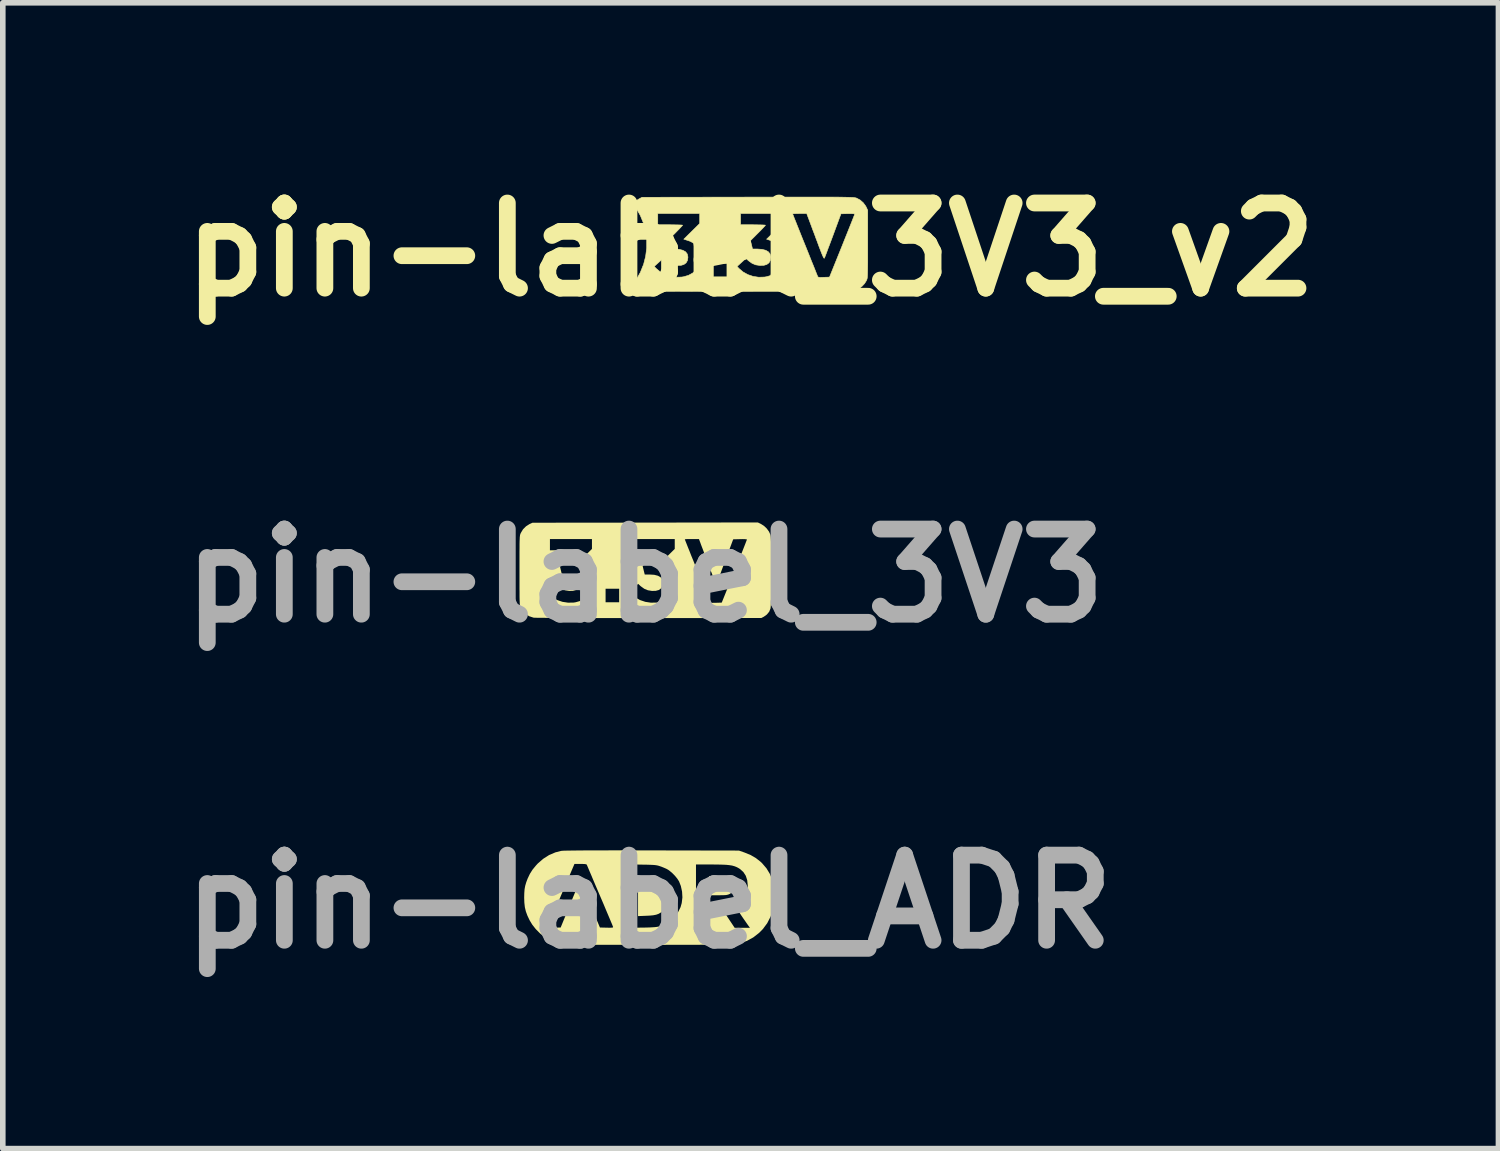
<source format=kicad_pcb>
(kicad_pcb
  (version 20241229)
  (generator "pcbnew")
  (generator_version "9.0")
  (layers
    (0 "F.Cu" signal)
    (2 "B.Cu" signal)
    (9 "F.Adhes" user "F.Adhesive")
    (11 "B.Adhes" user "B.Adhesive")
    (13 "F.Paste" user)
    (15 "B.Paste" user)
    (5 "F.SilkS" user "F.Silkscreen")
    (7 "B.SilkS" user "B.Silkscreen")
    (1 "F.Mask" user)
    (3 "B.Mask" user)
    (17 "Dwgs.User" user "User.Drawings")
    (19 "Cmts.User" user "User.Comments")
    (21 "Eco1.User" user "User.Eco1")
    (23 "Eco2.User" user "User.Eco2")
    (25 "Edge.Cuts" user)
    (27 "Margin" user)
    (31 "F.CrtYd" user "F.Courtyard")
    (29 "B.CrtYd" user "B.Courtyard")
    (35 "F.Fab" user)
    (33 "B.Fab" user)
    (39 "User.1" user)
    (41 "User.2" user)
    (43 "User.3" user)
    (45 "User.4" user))
  (footprint "pin-label_3V3_v2"
    (layer "F.Cu")
    (at 10.385 1.418)
    (property "Reference" "pin-label_3V3_v2" (at 0 0 0) (layer "F.SilkS") (effects (font (size 1.524 1.524) (thickness 0.3))))
    (attr through_hole)
    (fp_poly (pts (xy 1.2 -0.941) (xy 1.313 -0.941) (xy 1.413 -0.941) (xy 1.499 -0.94) (xy 1.574 -0.94) (xy 1.638 -0.939) (xy 1.692 -0.938) (xy 1.737 -0.937) (xy 1.775 -0.936) (xy 1.805 -0.935) (xy 1.829 -0.934) (xy 1.848 -0.932) (xy 1.863 -0.93) (xy 1.874 -0.928) (xy 1.883 -0.926) (xy 1.891 -0.924) (xy 1.898 -0.921) (xy 1.96 -0.888) (xy 2.016 -0.839) (xy 2.06 -0.779) (xy 2.071 -0.758) (xy 2.096 -0.704) (xy 2.096 -0.101) (xy 2.096 0.028) (xy 2.096 0.137) (xy 2.096 0.228) (xy 2.095 0.304) (xy 2.094 0.365) (xy 2.093 0.414) (xy 2.092 0.452) (xy 2.09 0.481) (xy 2.088 0.503) (xy 2.085 0.52) (xy 2.081 0.533) (xy 2.077 0.544) (xy 2.074 0.551) (xy 2.04 0.607) (xy 1.991 0.659) (xy 1.935 0.702) (xy 1.895 0.723) (xy 1.837 0.746) (xy -0.005 0.748) (xy -0.202 0.748) (xy -0.393 0.748) (xy -0.578 0.748) (xy -0.756 0.748) (xy -0.925 0.748) (xy -1.084 0.747) (xy -1.232 0.747) (xy -1.368 0.746) (xy -1.491 0.746) (xy -1.6 0.745) (xy -1.694 0.745) (xy -1.771 0.744) (xy -1.831 0.743) (xy -1.872 0.742) (xy -1.894 0.741) (xy -1.896 0.741) (xy -1.962 0.722) (xy -2.025 0.69) (xy -2.071 0.655) (xy -2.104 0.624) (xy -2.048 0.539) (xy -1.973 0.406) (xy -1.931 0.301) (xy -1.726 0.301) (xy -1.691 0.337) (xy -1.618 0.399) (xy -1.533 0.447) (xy -1.438 0.479) (xy -1.338 0.494) (xy -1.236 0.491) (xy -1.201 0.486) (xy -1.112 0.46) (xy -1.037 0.419) (xy -0.975 0.365) (xy -0.93 0.297) (xy -0.91 0.244) (xy -0.667 0.244) (xy -0.667 0.487) (xy -0.424 0.487) (xy -0.424 0.301) (xy -0.243 0.301) (xy -0.209 0.337) (xy -0.136 0.399) (xy -0.05 0.447) (xy 0.044 0.479) (xy 0.144 0.494) (xy 0.246 0.491) (xy 0.281 0.486) (xy 0.37 0.46) (xy 0.446 0.419) (xy 0.507 0.365) (xy 0.552 0.297) (xy 0.581 0.218) (xy 0.589 0.166) (xy 0.588 0.083) (xy 0.568 0.008) (xy 0.529 -0.056) (xy 0.474 -0.109) (xy 0.402 -0.149) (xy 0.366 -0.161) (xy 0.286 -0.187) (xy 0.572 -0.468) (xy 0.572 -0.64) (xy 0.752 -0.64) (xy 0.756 -0.629) (xy 0.767 -0.601) (xy 0.784 -0.557) (xy 0.808 -0.498) (xy 0.836 -0.427) (xy 0.869 -0.345) (xy 0.905 -0.254) (xy 0.944 -0.157) (xy 0.969 -0.096) (xy 1.01 0.006) (xy 1.049 0.103) (xy 1.084 0.192) (xy 1.117 0.272) (xy 1.145 0.342) (xy 1.167 0.398) (xy 1.184 0.44) (xy 1.194 0.465) (xy 1.196 0.47) (xy 1.202 0.483) (xy 1.209 0.491) (xy 1.224 0.495) (xy 1.249 0.497) (xy 1.289 0.496) (xy 1.31 0.495) (xy 1.412 0.492) (xy 1.638 -0.068) (xy 1.679 -0.171) (xy 1.718 -0.268) (xy 1.754 -0.358) (xy 1.786 -0.438) (xy 1.814 -0.508) (xy 1.836 -0.564) (xy 1.852 -0.605) (xy 1.861 -0.63) (xy 1.863 -0.637) (xy 1.854 -0.641) (xy 1.827 -0.643) (xy 1.787 -0.644) (xy 1.74 -0.644) (xy 1.617 -0.641) (xy 1.476 -0.259) (xy 1.444 -0.173) (xy 1.414 -0.093) (xy 1.386 -0.02) (xy 1.363 0.043) (xy 1.344 0.093) (xy 1.33 0.129) (xy 1.323 0.147) (xy 1.322 0.148) (xy 1.319 0.154) (xy 1.314 0.153) (xy 1.308 0.146) (xy 1.299 0.129) (xy 1.286 0.101) (xy 1.27 0.062) (xy 1.249 0.008) (xy 1.222 -0.062) (xy 1.19 -0.15) (xy 1.174 -0.191) (xy 1.143 -0.276) (xy 1.112 -0.356) (xy 1.085 -0.43) (xy 1.061 -0.494) (xy 1.042 -0.545) (xy 1.028 -0.582) (xy 1.021 -0.601) (xy 1.004 -0.646) (xy 0.878 -0.646) (xy 0.829 -0.645) (xy 0.789 -0.644) (xy 0.762 -0.642) (xy 0.752 -0.64) (xy 0.752 -0.64) (xy 0.572 -0.64) (xy 0.572 -0.646) (xy -0.18 -0.646) (xy -0.18 -0.445) (xy 0.042 -0.445) (xy 0.108 -0.444) (xy 0.167 -0.443) (xy 0.214 -0.442) (xy 0.247 -0.44) (xy 0.264 -0.438) (xy 0.265 -0.437) (xy 0.258 -0.427) (xy 0.238 -0.405) (xy 0.208 -0.373) (xy 0.17 -0.334) (xy 0.131 -0.295) (xy -0.003 -0.161) (xy 0.016 -0.086) (xy 0.034 -0.011) (xy 0.121 -0.011) (xy 0.205 -0.005) (xy 0.271 0.012) (xy 0.318 0.039) (xy 0.348 0.078) (xy 0.36 0.128) (xy 0.36 0.136) (xy 0.352 0.193) (xy 0.328 0.237) (xy 0.288 0.266) (xy 0.232 0.282) (xy 0.164 0.283) (xy 0.09 0.272) (xy 0.026 0.245) (xy -0.036 0.2) (xy -0.043 0.194) (xy -0.084 0.157) (xy -0.164 0.229) (xy -0.243 0.301) (xy -0.424 0.301) (xy -0.424 0.244) (xy -0.667 0.244) (xy -0.91 0.244) (xy -0.901 0.218) (xy -0.893 0.166) (xy -0.894 0.083) (xy -0.915 0.008) (xy -0.953 -0.056) (xy -1.009 -0.109) (xy -1.081 -0.149) (xy -1.116 -0.161) (xy -1.196 -0.187) (xy -1.054 -0.327) (xy -0.911 -0.468) (xy -0.911 -0.646) (xy -1.662 -0.646) (xy -1.662 -0.445) (xy -1.44 -0.445) (xy -1.374 -0.444) (xy -1.316 -0.443) (xy -1.268 -0.442) (xy -1.235 -0.44) (xy -1.219 -0.438) (xy -1.218 -0.437) (xy -1.225 -0.427) (xy -1.245 -0.405) (xy -1.275 -0.373) (xy -1.313 -0.334) (xy -1.351 -0.295) (xy -1.485 -0.161) (xy -1.467 -0.086) (xy -1.448 -0.011) (xy -1.361 -0.011) (xy -1.277 -0.005) (xy -1.212 0.012) (xy -1.164 0.039) (xy -1.134 0.078) (xy -1.123 0.128) (xy -1.122 0.136) (xy -1.13 0.193) (xy -1.155 0.237) (xy -1.195 0.266) (xy -1.25 0.282) (xy -1.318 0.283) (xy -1.392 0.272) (xy -1.457 0.245) (xy -1.518 0.2) (xy -1.525 0.194) (xy -1.566 0.157) (xy -1.646 0.229) (xy -1.726 0.301) (xy -1.931 0.301) (xy -1.916 0.265) (xy -1.879 0.12) (xy -1.86 -0.029) (xy -1.86 -0.178) (xy -1.879 -0.326) (xy -1.917 -0.471) (xy -1.974 -0.611) (xy -2.05 -0.743) (xy -2.058 -0.754) (xy -2.105 -0.823) (xy -2.072 -0.855) (xy -2.041 -0.88) (xy -2.003 -0.905) (xy -1.99 -0.912) (xy -1.943 -0.937) (xy -0.051 -0.94) (xy 0.184 -0.94) (xy 0.398 -0.94) (xy 0.594 -0.941) (xy 0.77 -0.941) (xy 0.93 -0.941) (xy 1.073 -0.941) (xy 1.2 -0.941)) (stroke (width 0.01) (type solid)) (fill yes) (layer "F.SilkS")))
  (footprint "pin-label_ADR"
    (layer "F.Cu")
    (at 8.571 13.09)
    (property "Reference" "pin-label_ADR" (at 0 0 0) (layer "F.Fab") (effects (font (size 1.524 1.524) (thickness 0.3))))
    (attr through_hole)
    (fp_poly (pts (xy 1.236 -0.454) (xy 1.302 -0.452) (xy 1.351 -0.449) (xy 1.387 -0.446) (xy 1.413 -0.441) (xy 1.434 -0.434) (xy 1.445 -0.429) (xy 1.489 -0.396) (xy 1.517 -0.35) (xy 1.527 -0.292) (xy 1.527 -0.286) (xy 1.519 -0.227) (xy 1.493 -0.181) (xy 1.45 -0.146) (xy 1.44 -0.14) (xy 1.42 -0.131) (xy 1.4 -0.125) (xy 1.375 -0.12) (xy 1.341 -0.118) (xy 1.295 -0.117) (xy 1.232 -0.116) (xy 1.069 -0.116) (xy 1.069 -0.457) (xy 1.236 -0.454)) (stroke (width 0) (type solid)) (fill yes) (layer "F.SilkS"))
    (fp_poly (pts (xy -0.056 -0.453) (xy 0.023 -0.449) (xy 0.085 -0.442) (xy 0.134 -0.431) (xy 0.174 -0.414) (xy 0.21 -0.391) (xy 0.246 -0.359) (xy 0.25 -0.355) (xy 0.297 -0.3) (xy 0.327 -0.241) (xy 0.344 -0.175) (xy 0.348 -0.096) (xy 0.347 -0.079) (xy 0.338 -0.000367) (xy 0.318 0.064) (xy 0.284 0.12) (xy 0.238 0.167) (xy 0.202 0.196) (xy 0.165 0.217) (xy 0.123 0.232) (xy 0.072 0.242) (xy 0.008 0.248) (xy -0.056 0.251) (xy -0.201 0.257) (xy -0.201 -0.458) (xy -0.056 -0.453)) (stroke (width 0) (type solid)) (fill yes) (layer "F.SilkS"))
    (fp_poly (pts (xy -1.228 -0.378) (xy -1.216 -0.351) (xy -1.2 -0.312) (xy -1.18 -0.265) (xy -1.159 -0.212) (xy -1.138 -0.159) (xy -1.118 -0.109) (xy -1.101 -0.065) (xy -1.088 -0.032) (xy -1.081 -0.012) (xy -1.08 -0.009) (xy -1.09 -0.006) (xy -1.117 -0.003) (xy -1.159 -0.001) (xy -1.21 -0.000149) (xy -1.239 0) (xy -1.398 0) (xy -1.384 -0.034) (xy -1.343 -0.132) (xy -1.311 -0.211) (xy -1.284 -0.274) (xy -1.264 -0.322) (xy -1.25 -0.355) (xy -1.24 -0.377) (xy -1.235 -0.388) (xy -1.233 -0.389) (xy -1.228 -0.378)) (stroke (width 0) (type solid)) (fill yes) (layer "F.SilkS"))
    (fp_poly (pts (xy -0.485 -0.92) (xy -0.277 -0.919) (xy -0.048 -0.919) (xy 0.048 -0.919) (xy 1.604 -0.916) (xy 1.705 -0.881) (xy 1.815 -0.836) (xy 1.909 -0.781) (xy 1.993 -0.715) (xy 2.02 -0.689) (xy 2.098 -0.598) (xy 2.158 -0.499) (xy 2.199 -0.397) (xy 2.21 -0.363) (xy 2.218 -0.331) (xy 2.223 -0.298) (xy 2.227 -0.257) (xy 2.229 -0.205) (xy 2.231 -0.137) (xy 2.232 -0.131) (xy 2.233 -0.061) (xy 2.233 -0.007) (xy 2.231 0.035) (xy 2.228 0.071) (xy 2.222 0.104) (xy 2.214 0.139) (xy 2.171 0.267) (xy 2.111 0.384) (xy 2.033 0.489) (xy 1.966 0.557) (xy 1.862 0.638) (xy 1.749 0.7) (xy 1.627 0.742) (xy 1.531 0.762) (xy 1.51 0.763) (xy 1.47 0.764) (xy 1.412 0.765) (xy 1.338 0.766) (xy 1.248 0.767) (xy 1.144 0.768) (xy 1.029 0.769) (xy 0.903 0.77) (xy 0.767 0.77) (xy 0.624 0.771) (xy 0.475 0.771) (xy 0.322 0.771) (xy 0.165 0.772) (xy 0.007 0.772) (xy -0.152 0.772) (xy -0.309 0.772) (xy -0.463 0.771) (xy -0.613 0.771) (xy -0.757 0.771) (xy -0.893 0.77) (xy -1.021 0.77) (xy -1.138 0.769) (xy -1.244 0.768) (xy -1.335 0.767) (xy -1.412 0.766) (xy -1.473 0.765) (xy -1.516 0.764) (xy -1.539 0.763) (xy -1.541 0.762) (xy -1.66 0.735) (xy -1.781 0.687) (xy -1.805 0.675) (xy -1.882 0.627) (xy -1.959 0.563) (xy -2.032 0.489) (xy -2.049 0.468) (xy -0.434 0.468) (xy -0.311 0.466) (xy 0.836 0.466) (xy 1.069 0.466) (xy 1.069 0.095) (xy 1.281 0.095) (xy 1.405 0.281) (xy 1.528 0.466) (xy 1.802 0.466) (xy 1.765 0.416) (xy 1.742 0.383) (xy 1.713 0.341) (xy 1.68 0.294) (xy 1.646 0.244) (xy 1.613 0.194) (xy 1.582 0.148) (xy 1.555 0.109) (xy 1.536 0.079) (xy 1.526 0.063) (xy 1.525 0.06) (xy 1.533 0.053) (xy 1.555 0.038) (xy 1.581 0.023) (xy 1.653 -0.028) (xy 1.706 -0.09) (xy 1.742 -0.164) (xy 1.76 -0.249) (xy 1.762 -0.296) (xy 1.753 -0.387) (xy 1.727 -0.466) (xy 1.684 -0.532) (xy 1.624 -0.586) (xy 1.59 -0.607) (xy 1.556 -0.624) (xy 1.521 -0.637) (xy 1.481 -0.648) (xy 1.435 -0.655) (xy 1.379 -0.661) (xy 1.311 -0.664) (xy 1.227 -0.666) (xy 1.125 -0.667) (xy 1.114 -0.667) (xy 0.836 -0.667) (xy 0.836 0.466) (xy -0.311 0.466) (xy -0.156 0.463) (xy -0.067 0.462) (xy 0.004 0.46) (xy 0.06 0.457) (xy 0.103 0.454) (xy 0.136 0.45) (xy 0.162 0.445) (xy 0.18 0.44) (xy 0.284 0.397) (xy 0.375 0.34) (xy 0.453 0.269) (xy 0.515 0.188) (xy 0.56 0.097) (xy 0.581 0.023) (xy 0.593 -0.078) (xy 0.587 -0.182) (xy 0.565 -0.282) (xy 0.533 -0.364) (xy 0.503 -0.411) (xy 0.461 -0.463) (xy 0.412 -0.513) (xy 0.362 -0.555) (xy 0.34 -0.571) (xy 0.306 -0.59) (xy 0.26 -0.61) (xy 0.213 -0.629) (xy 0.206 -0.631) (xy 0.18 -0.64) (xy 0.157 -0.647) (xy 0.133 -0.652) (xy 0.105 -0.656) (xy 0.071 -0.659) (xy 0.027 -0.661) (xy -0.03 -0.663) (xy -0.103 -0.664) (xy -0.156 -0.665) (xy -0.434 -0.669) (xy -0.434 0.468) (xy -2.049 0.468) (xy -2.058 0.456) (xy -1.819 0.456) (xy -1.811 0.461) (xy -1.782 0.464) (xy -1.734 0.464) (xy -1.705 0.464) (xy -1.586 0.461) (xy -1.486 0.217) (xy -0.988 0.211) (xy -0.936 0.336) (xy -0.883 0.461) (xy -0.763 0.464) (xy -0.711 0.465) (xy -0.677 0.464) (xy -0.658 0.462) (xy -0.649 0.458) (xy -0.648 0.451) (xy -0.649 0.448) (xy -0.654 0.435) (xy -0.666 0.404) (xy -0.686 0.357) (xy -0.711 0.297) (xy -0.742 0.224) (xy -0.777 0.141) (xy -0.815 0.05) (xy -0.857 -0.048) (xy -0.884 -0.111) (xy -0.927 -0.212) (xy -0.968 -0.308) (xy -1.005 -0.395) (xy -1.038 -0.474) (xy -1.067 -0.541) (xy -1.09 -0.596) (xy -1.107 -0.636) (xy -1.117 -0.659) (xy -1.119 -0.664) (xy -1.13 -0.671) (xy -1.156 -0.675) (xy -1.201 -0.677) (xy -1.232 -0.677) (xy -1.339 -0.677) (xy -1.578 -0.116) (xy -1.621 -0.013) (xy -1.662 0.084) (xy -1.701 0.174) (xy -1.735 0.254) (xy -1.764 0.324) (xy -1.788 0.38) (xy -1.806 0.422) (xy -1.816 0.448) (xy -1.819 0.456) (xy -2.058 0.456) (xy -2.095 0.409) (xy -2.141 0.333) (xy -2.181 0.249) (xy -2.209 0.173) (xy -2.227 0.097) (xy -2.236 0.015) (xy -2.239 -0.074) (xy -2.237 -0.156) (xy -2.232 -0.223) (xy -2.221 -0.284) (xy -2.203 -0.346) (xy -2.177 -0.415) (xy -2.137 -0.499) (xy -2.089 -0.575) (xy -2.028 -0.649) (xy -1.996 -0.684) (xy -1.898 -0.769) (xy -1.793 -0.836) (xy -1.68 -0.884) (xy -1.578 -0.91) (xy -1.559 -0.912) (xy -1.527 -0.914) (xy -1.479 -0.915) (xy -1.415 -0.916) (xy -1.335 -0.917) (xy -1.238 -0.918) (xy -1.125 -0.919) (xy -0.993 -0.919) (xy -0.843 -0.919) (xy -0.674 -0.92) (xy -0.485 -0.92)) (stroke (width 0) (type solid)) (fill yes) (layer "F.SilkS")))
  (footprint "pin-label_3V3"
    (layer "F.Cu")
    (at 8.498 7.254)
    (property "Reference" "pin-label_3V3" (at 0 0 0) (layer "F.Fab") (effects (font (size 1.524 1.524) (thickness 0.3))))
    (attr through_hole)
    (fp_poly (pts (xy 2.072 -0.926) (xy 2.127 -0.891) (xy 2.177 -0.843) (xy 2.216 -0.789) (xy 2.239 -0.738) (xy 2.243 -0.724) (xy 2.246 -0.704) (xy 2.248 -0.679) (xy 2.25 -0.645) (xy 2.252 -0.601) (xy 2.253 -0.545) (xy 2.254 -0.477) (xy 2.255 -0.393) (xy 2.255 -0.293) (xy 2.255 -0.174) (xy 2.255 -0.078) (xy 2.255 0.077) (xy 2.254 0.212) (xy 2.253 0.326) (xy 2.252 0.42) (xy 2.25 0.493) (xy 2.247 0.546) (xy 2.244 0.577) (xy 2.244 0.583) (xy 2.22 0.644) (xy 2.178 0.695) (xy 2.124 0.734) (xy 2.08 0.757) (xy 0.064 0.759) (xy -0.142 0.759) (xy -0.343 0.759) (xy -0.537 0.759) (xy -0.723 0.758) (xy -0.902 0.758) (xy -1.07 0.758) (xy -1.228 0.758) (xy -1.375 0.757) (xy -1.508 0.756) (xy -1.628 0.756) (xy -1.733 0.755) (xy -1.822 0.754) (xy -1.895 0.754) (xy -1.949 0.753) (xy -1.984 0.752) (xy -1.999 0.751) (xy -2.078 0.725) (xy -2.145 0.683) (xy -2.198 0.624) (xy -2.228 0.572) (xy -2.232 0.562) (xy -2.236 0.551) (xy -2.24 0.537) (xy -2.242 0.52) (xy -2.245 0.497) (xy -2.246 0.467) (xy -2.248 0.427) (xy -2.249 0.377) (xy -2.249 0.314) (xy -2.249 0.29) (xy -1.768 0.29) (xy -1.734 0.327) (xy -1.661 0.388) (xy -1.575 0.436) (xy -1.48 0.468) (xy -1.38 0.483) (xy -1.279 0.481) (xy -1.243 0.475) (xy -1.155 0.45) (xy -1.079 0.409) (xy -1.018 0.354) (xy -0.972 0.286) (xy -0.953 0.233) (xy -0.709 0.233) (xy -0.709 0.476) (xy -0.466 0.476) (xy -0.466 0.29) (xy -0.286 0.29) (xy -0.251 0.327) (xy -0.178 0.388) (xy -0.093 0.436) (xy 0.002 0.468) (xy 0.102 0.483) (xy 0.204 0.481) (xy 0.239 0.475) (xy 0.328 0.45) (xy 0.403 0.409) (xy 0.465 0.354) (xy 0.51 0.286) (xy 0.539 0.208) (xy 0.547 0.156) (xy 0.545 0.072) (xy 0.525 -0.002) (xy 0.487 -0.066) (xy 0.431 -0.119) (xy 0.359 -0.159) (xy 0.324 -0.172) (xy 0.243 -0.197) (xy 0.386 -0.338) (xy 0.529 -0.479) (xy 0.529 -0.651) (xy 0.709 -0.651) (xy 0.713 -0.64) (xy 0.724 -0.612) (xy 0.742 -0.567) (xy 0.765 -0.508) (xy 0.794 -0.437) (xy 0.826 -0.355) (xy 0.863 -0.265) (xy 0.902 -0.167) (xy 0.926 -0.106) (xy 0.967 -0.005) (xy 1.006 0.092) (xy 1.042 0.181) (xy 1.074 0.262) (xy 1.102 0.331) (xy 1.125 0.387) (xy 1.142 0.429) (xy 1.151 0.454) (xy 1.154 0.46) (xy 1.159 0.473) (xy 1.167 0.481) (xy 1.181 0.485) (xy 1.207 0.486) (xy 1.247 0.485) (xy 1.267 0.485) (xy 1.37 0.482) (xy 1.596 -0.078) (xy 1.637 -0.182) (xy 1.676 -0.279) (xy 1.712 -0.369) (xy 1.744 -0.449) (xy 1.771 -0.518) (xy 1.793 -0.574) (xy 1.809 -0.616) (xy 1.819 -0.641) (xy 1.821 -0.648) (xy 1.811 -0.651) (xy 1.784 -0.654) (xy 1.745 -0.655) (xy 1.698 -0.654) (xy 1.575 -0.651) (xy 1.433 -0.27) (xy 1.401 -0.184) (xy 1.371 -0.103) (xy 1.344 -0.03) (xy 1.32 0.032) (xy 1.301 0.083) (xy 1.288 0.118) (xy 1.281 0.137) (xy 1.28 0.138) (xy 1.276 0.143) (xy 1.272 0.143) (xy 1.265 0.135) (xy 1.256 0.118) (xy 1.244 0.091) (xy 1.228 0.051) (xy 1.207 -0.003) (xy 1.18 -0.073) (xy 1.147 -0.16) (xy 1.132 -0.201) (xy 1.1 -0.286) (xy 1.07 -0.367) (xy 1.043 -0.441) (xy 1.019 -0.504) (xy 0.999 -0.556) (xy 0.986 -0.593) (xy 0.979 -0.611) (xy 0.962 -0.656) (xy 0.836 -0.656) (xy 0.787 -0.656) (xy 0.747 -0.655) (xy 0.719 -0.653) (xy 0.709 -0.651) (xy 0.709 -0.651) (xy 0.529 -0.651) (xy 0.529 -0.656) (xy -0.222 -0.656) (xy -0.222 -0.455) (xy 0 -0.455) (xy 0.066 -0.455) (xy 0.124 -0.454) (xy 0.172 -0.452) (xy 0.205 -0.45) (xy 0.221 -0.448) (xy 0.222 -0.447) (xy 0.215 -0.438) (xy 0.195 -0.416) (xy 0.165 -0.384) (xy 0.127 -0.345) (xy 0.089 -0.306) (xy -0.045 -0.172) (xy -0.027 -0.096) (xy -0.008 -0.021) (xy 0.079 -0.021) (xy 0.162 -0.016) (xy 0.228 0.001) (xy 0.276 0.029) (xy 0.306 0.067) (xy 0.317 0.117) (xy 0.318 0.125) (xy 0.309 0.183) (xy 0.285 0.226) (xy 0.245 0.256) (xy 0.19 0.271) (xy 0.122 0.273) (xy 0.048 0.261) (xy -0.017 0.234) (xy -0.078 0.19) (xy -0.085 0.184) (xy -0.126 0.146) (xy -0.286 0.29) (xy -0.466 0.29) (xy -0.466 0.233) (xy -0.709 0.233) (xy -0.953 0.233) (xy -0.944 0.208) (xy -0.935 0.156) (xy -0.937 0.072) (xy -0.957 -0.002) (xy -0.995 -0.066) (xy -1.051 -0.119) (xy -1.123 -0.159) (xy -1.158 -0.172) (xy -1.239 -0.197) (xy -1.096 -0.338) (xy -0.953 -0.479) (xy -0.953 -0.656) (xy -1.705 -0.656) (xy -1.705 -0.455) (xy -1.482 -0.455) (xy -1.416 -0.455) (xy -1.358 -0.454) (xy -1.311 -0.452) (xy -1.277 -0.45) (xy -1.261 -0.448) (xy -1.26 -0.447) (xy -1.267 -0.438) (xy -1.287 -0.416) (xy -1.317 -0.384) (xy -1.355 -0.345) (xy -1.394 -0.306) (xy -1.527 -0.172) (xy -1.509 -0.096) (xy -1.491 -0.021) (xy -1.404 -0.021) (xy -1.32 -0.016) (xy -1.254 0.001) (xy -1.206 0.029) (xy -1.177 0.067) (xy -1.165 0.117) (xy -1.165 0.125) (xy -1.173 0.183) (xy -1.197 0.226) (xy -1.237 0.256) (xy -1.293 0.271) (xy -1.36 0.273) (xy -1.434 0.261) (xy -1.499 0.234) (xy -1.561 0.19) (xy -1.567 0.184) (xy -1.609 0.146) (xy -1.688 0.218) (xy -1.768 0.29) (xy -2.249 0.29) (xy -2.25 0.237) (xy -2.25 0.143) (xy -2.25 0.032) (xy -2.25 -0.095) (xy -2.25 -0.225) (xy -2.25 -0.336) (xy -2.25 -0.429) (xy -2.249 -0.506) (xy -2.249 -0.568) (xy -2.248 -0.618) (xy -2.246 -0.658) (xy -2.245 -0.688) (xy -2.242 -0.711) (xy -2.24 -0.728) (xy -2.236 -0.741) (xy -2.232 -0.752) (xy -2.227 -0.763) (xy -2.227 -0.764) (xy -2.187 -0.83) (xy -2.133 -0.884) (xy -2.072 -0.923) (xy -2.017 -0.948) (xy -0.000328 -0.95) (xy 2.016 -0.953) (xy 2.072 -0.926)) (stroke (width 0) (type solid)) (fill yes) (layer "F.SilkS")))
  (gr_rect
    (start -3 -3)
    (end 23.77 17.508)
    (stroke (width 0.1) (type default))
    (fill no)
    (layer "Edge.Cuts")))
</source>
